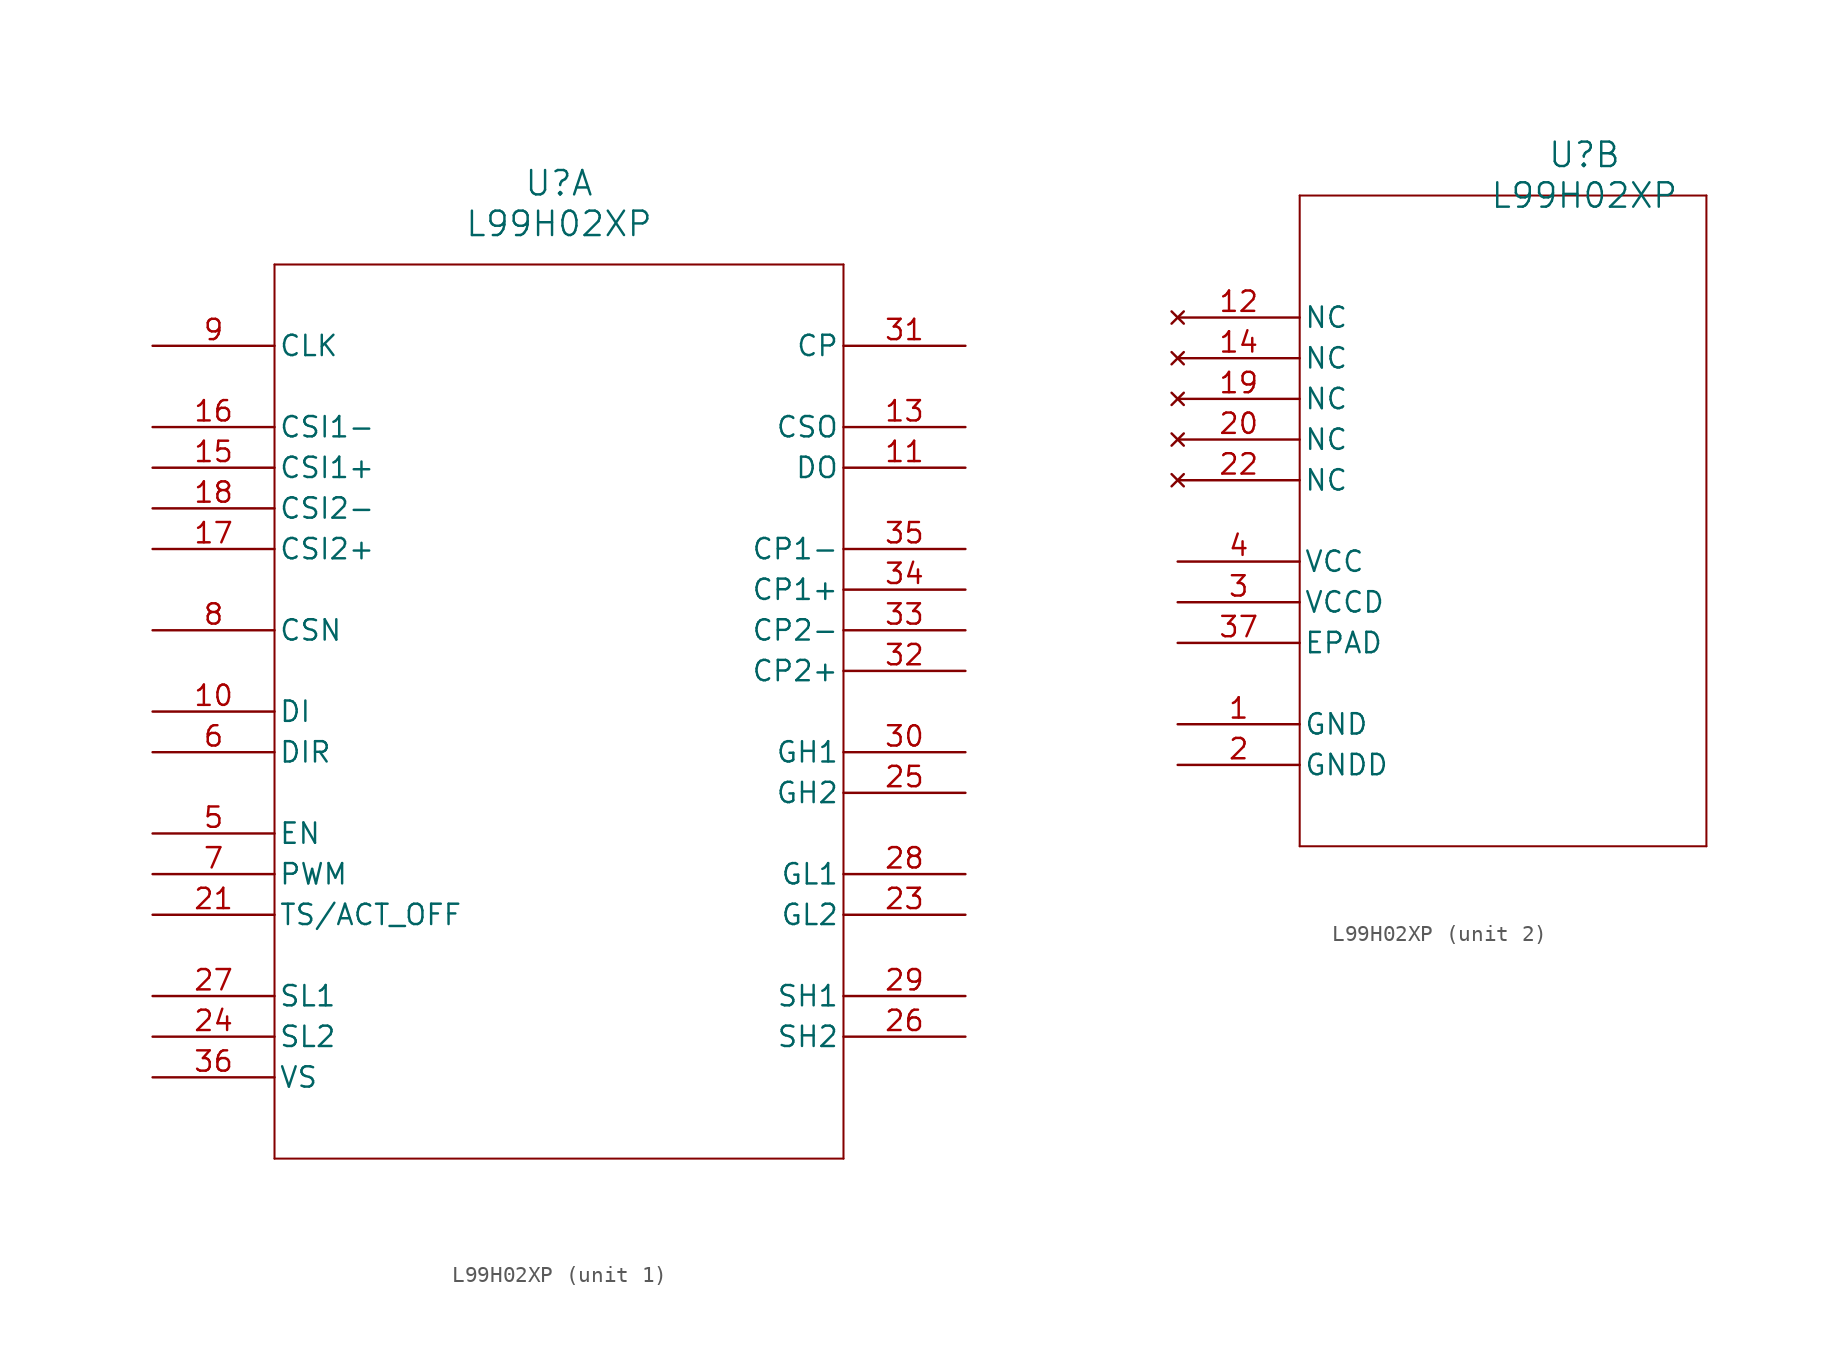
<source format=kicad_sym>
(kicad_symbol_lib
  (version 20211014)
  (generator kicad_symbol_editor)
  (symbol "L99H02XP"
    (pin_names
      (offset 0.254))
    (property "Reference" "U"
      (at 25.4 10.16 0)
      (effects (font (size 1.524 1.524))))
    (property "Value" "L99H02XP"
      (at 25.4 7.62 0)
      (effects (font (size 1.524 1.524))))
    (symbol "L99H02XP_1_1"
      (polyline (pts (xy 7.62 5.08) (xy 7.62 -50.8)) (stroke (width 0.127) (type default) (color 0 0 0 0)) (fill (type none)))
      (polyline (pts (xy 7.62 -50.8) (xy 43.18 -50.8)) (stroke (width 0.127) (type default) (color 0 0 0 0)) (fill (type none)))
      (polyline (pts (xy 43.18 -50.8) (xy 43.18 5.08)) (stroke (width 0.127) (type default) (color 0 0 0 0)) (fill (type none)))
      (polyline (pts (xy 43.18 5.08) (xy 7.62 5.08)) (stroke (width 0.127) (type default) (color 0 0 0 0)) (fill (type none)))
      (pin input line (at 0 -30.48 0) (length 7.62) (name "EN" (effects (font (size 1.27 1.27)))) (number "5" (effects (font (size 1.27 1.27)))))
      (pin input line (at 0 -25.4 0) (length 7.62) (name "DIR" (effects (font (size 1.27 1.27)))) (number "6" (effects (font (size 1.27 1.27)))))
      (pin input line (at 0 -33.02 0) (length 7.62) (name "PWM" (effects (font (size 1.27 1.27)))) (number "7" (effects (font (size 1.27 1.27)))))
      (pin input line (at 0 -17.78 0) (length 7.62) (name "CSN" (effects (font (size 1.27 1.27)))) (number "8" (effects (font (size 1.27 1.27)))))
      (pin input line (at 0 0 0) (length 7.62) (name "CLK" (effects (font (size 1.27 1.27)))) (number "9" (effects (font (size 1.27 1.27)))))
      (pin input line (at 0 -22.86 0) (length 7.62) (name "DI" (effects (font (size 1.27 1.27)))) (number "10" (effects (font (size 1.27 1.27)))))
      (pin output line (at 50.8 -7.62 180) (length 7.62) (name "DO" (effects (font (size 1.27 1.27)))) (number "11" (effects (font (size 1.27 1.27)))))
      (pin output line (at 50.8 -5.08 180) (length 7.62) (name "CSO" (effects (font (size 1.27 1.27)))) (number "13" (effects (font (size 1.27 1.27)))))
      (pin input line (at 0 -7.62 0) (length 7.62) (name "CSI1+" (effects (font (size 1.27 1.27)))) (number "15" (effects (font (size 1.27 1.27)))))
      (pin input line (at 0 -5.08 0) (length 7.62) (name "CSI1-" (effects (font (size 1.27 1.27)))) (number "16" (effects (font (size 1.27 1.27)))))
      (pin input line (at 0 -12.7 0) (length 7.62) (name "CSI2+" (effects (font (size 1.27 1.27)))) (number "17" (effects (font (size 1.27 1.27)))))
      (pin input line (at 0 -10.16 0) (length 7.62) (name "CSI2-" (effects (font (size 1.27 1.27)))) (number "18" (effects (font (size 1.27 1.27)))))
      (pin input line (at 0 -35.56 0) (length 7.62) (name "TS/ACT_OFF" (effects (font (size 1.27 1.27)))) (number "21" (effects (font (size 1.27 1.27)))))
      (pin unspecified line (at 50.8 -35.56 180) (length 7.62) (name "GL2" (effects (font (size 1.27 1.27)))) (number "23" (effects (font (size 1.27 1.27)))))
      (pin unspecified line (at 0 -43.18 0) (length 7.62) (name "SL2" (effects (font (size 1.27 1.27)))) (number "24" (effects (font (size 1.27 1.27)))))
      (pin unspecified line (at 50.8 -27.94 180) (length 7.62) (name "GH2" (effects (font (size 1.27 1.27)))) (number "25" (effects (font (size 1.27 1.27)))))
      (pin unspecified line (at 50.8 -43.18 180) (length 7.62) (name "SH2" (effects (font (size 1.27 1.27)))) (number "26" (effects (font (size 1.27 1.27)))))
      (pin unspecified line (at 0 -40.64 0) (length 7.62) (name "SL1" (effects (font (size 1.27 1.27)))) (number "27" (effects (font (size 1.27 1.27)))))
      (pin unspecified line (at 50.8 -33.02 180) (length 7.62) (name "GL1" (effects (font (size 1.27 1.27)))) (number "28" (effects (font (size 1.27 1.27)))))
      (pin unspecified line (at 50.8 -40.64 180) (length 7.62) (name "SH1" (effects (font (size 1.27 1.27)))) (number "29" (effects (font (size 1.27 1.27)))))
      (pin unspecified line (at 50.8 -25.4 180) (length 7.62) (name "GH1" (effects (font (size 1.27 1.27)))) (number "30" (effects (font (size 1.27 1.27)))))
      (pin output line (at 50.8 0 180) (length 7.62) (name "CP" (effects (font (size 1.27 1.27)))) (number "31" (effects (font (size 1.27 1.27)))))
      (pin unspecified line (at 50.8 -20.32 180) (length 7.62) (name "CP2+" (effects (font (size 1.27 1.27)))) (number "32" (effects (font (size 1.27 1.27)))))
      (pin unspecified line (at 50.8 -17.78 180) (length 7.62) (name "CP2-" (effects (font (size 1.27 1.27)))) (number "33" (effects (font (size 1.27 1.27)))))
      (pin unspecified line (at 50.8 -15.24 180) (length 7.62) (name "CP1+" (effects (font (size 1.27 1.27)))) (number "34" (effects (font (size 1.27 1.27)))))
      (pin unspecified line (at 50.8 -12.7 180) (length 7.62) (name "CP1-" (effects (font (size 1.27 1.27)))) (number "35" (effects (font (size 1.27 1.27)))))
      (pin unspecified line (at 0 -45.72 0) (length 7.62) (name "VS" (effects (font (size 1.27 1.27)))) (number "36" (effects (font (size 1.27 1.27))))))
    (symbol "L99H02XP_2_1"
      (polyline (pts (xy 7.62 7.62) (xy 7.62 -33.02)) (stroke (width 0.127) (type default) (color 0 0 0 0)) (fill (type none)))
      (polyline (pts (xy 7.62 -33.02) (xy 33.02 -33.02)) (stroke (width 0.127) (type default) (color 0 0 0 0)) (fill (type none)))
      (polyline (pts (xy 33.02 -33.02) (xy 33.02 7.62)) (stroke (width 0.127) (type default) (color 0 0 0 0)) (fill (type none)))
      (polyline (pts (xy 33.02 7.62) (xy 7.62 7.62)) (stroke (width 0.127) (type default) (color 0 0 0 0)) (fill (type none)))
      (pin power_out line (at 0 -25.4 0) (length 7.62) (name "GND" (effects (font (size 1.27 1.27)))) (number "1" (effects (font (size 1.27 1.27)))))
      (pin power_out line (at 0 -27.94 0) (length 7.62) (name "GNDD" (effects (font (size 1.27 1.27)))) (number "2" (effects (font (size 1.27 1.27)))))
      (pin power_in line (at 0 -17.78 0) (length 7.62) (name "VCCD" (effects (font (size 1.27 1.27)))) (number "3" (effects (font (size 1.27 1.27)))))
      (pin power_in line (at 0 -15.24 0) (length 7.62) (name "VCC" (effects (font (size 1.27 1.27)))) (number "4" (effects (font (size 1.27 1.27)))))
      (pin no_connect line (at 0 0 0) (length 7.62) (name "NC" (effects (font (size 1.27 1.27)))) (number "12" (effects (font (size 1.27 1.27)))))
      (pin no_connect line (at 0 -2.54 0) (length 7.62) (name "NC" (effects (font (size 1.27 1.27)))) (number "14" (effects (font (size 1.27 1.27)))))
      (pin no_connect line (at 0 -5.08 0) (length 7.62) (name "NC" (effects (font (size 1.27 1.27)))) (number "19" (effects (font (size 1.27 1.27)))))
      (pin no_connect line (at 0 -7.62 0) (length 7.62) (name "NC" (effects (font (size 1.27 1.27)))) (number "20" (effects (font (size 1.27 1.27)))))
      (pin no_connect line (at 0 -10.16 0) (length 7.62) (name "NC" (effects (font (size 1.27 1.27)))) (number "22" (effects (font (size 1.27 1.27)))))
      (pin power_out line (at 0 -20.32 0) (length 7.62) (name "EPAD" (effects (font (size 1.27 1.27)))) (number "37" (effects (font (size 1.27 1.27))))))))
</source>
